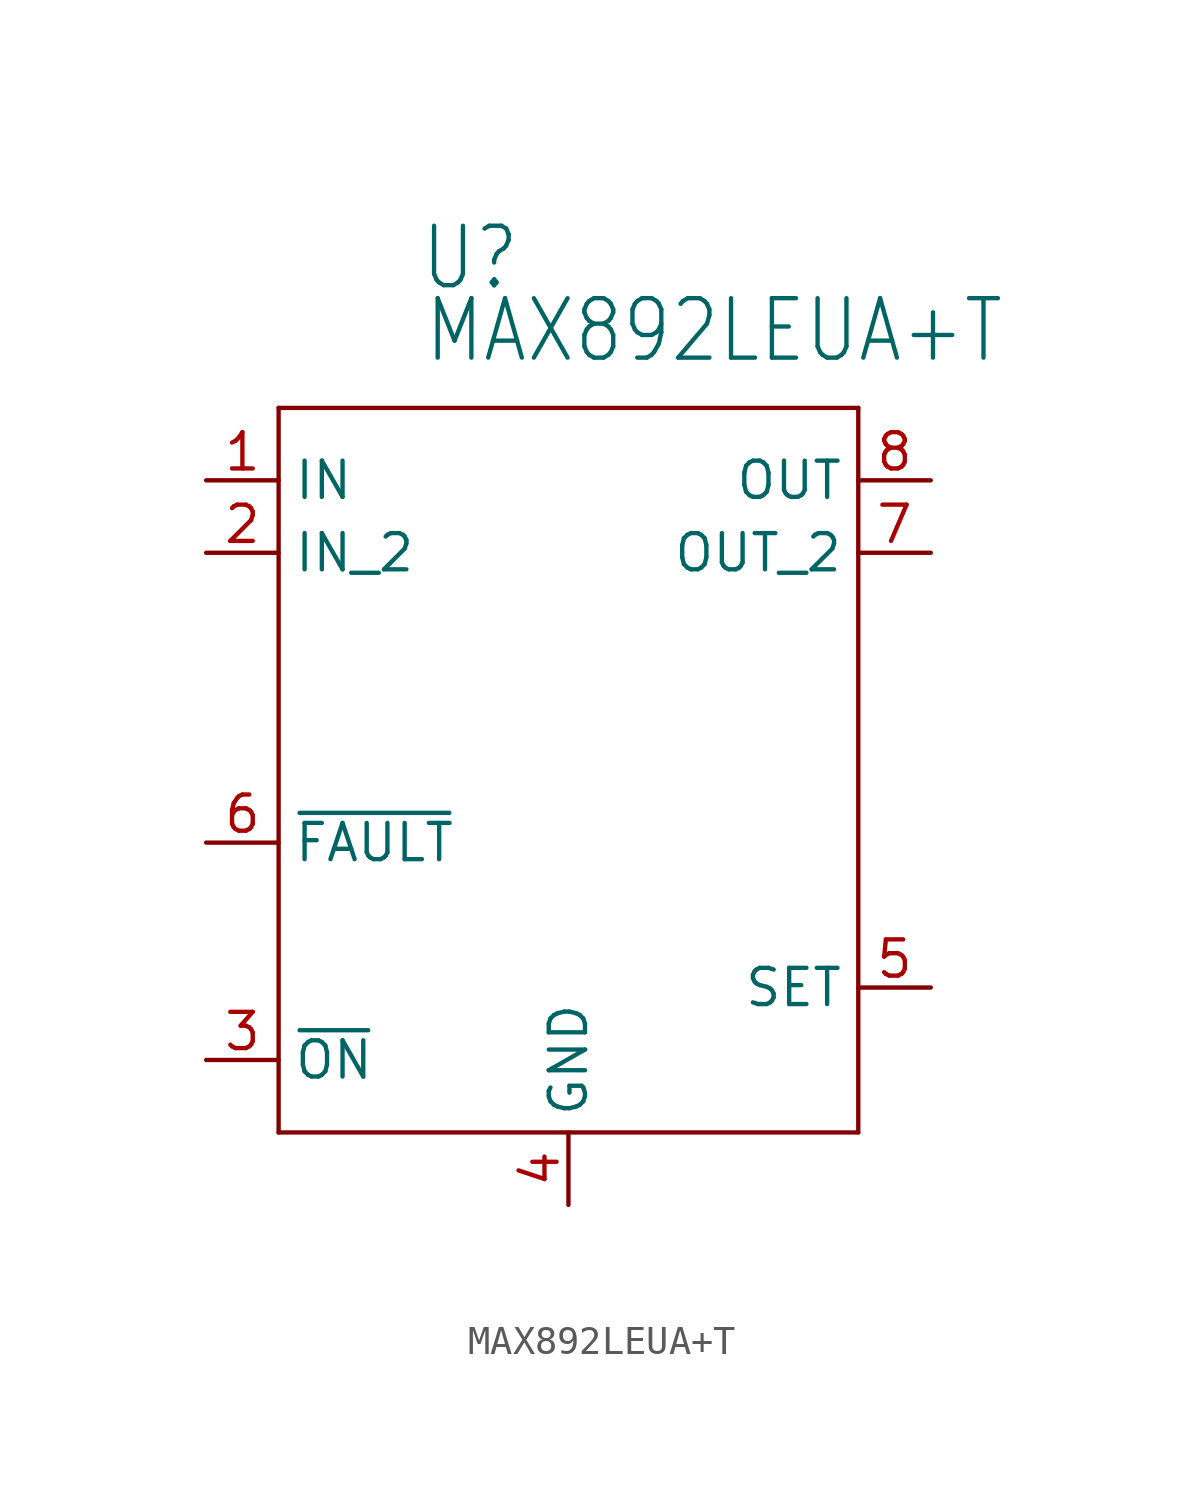
<source format=kicad_sym>
(kicad_symbol_lib
  (version 20211014)
  (generator kicad_symbol_editor)
  (symbol "MAX892LEUA+T"
    (property "Reference" "U"
      (at -5.232 14.199 0)
      (effects (font (size 2.083 1.77)) (justify left bottom)))
    (property "Value" "MAX892LEUA+T"
      (at -5.105 11.659 0)
      (effects (font (size 2.083 1.77)) (justify left bottom)))
    (property "ki_locked" ""
      (at 0 0 0)
      (effects (font (size 1.27 1.27))))
    (symbol "MAX892LEUA+T_1_0"
      (polyline (pts (xy -10.16 -15.24) (xy 10.16 -15.24)) (stroke (width 0.152) (type default) (color 0 0 0 0)) (fill (type none)))
      (polyline (pts (xy -10.16 10.16) (xy -10.16 -15.24)) (stroke (width 0.152) (type default) (color 0 0 0 0)) (fill (type none)))
      (polyline (pts (xy 10.16 -15.24) (xy 10.16 10.16)) (stroke (width 0.152) (type default) (color 0 0 0 0)) (fill (type none)))
      (polyline (pts (xy 10.16 10.16) (xy -10.16 10.16)) (stroke (width 0.152) (type default) (color 0 0 0 0)) (fill (type none)))
      (pin power_in line (at -12.7 7.62 0) (length 2.54) (name "IN" (effects (font (size 1.27 1.27)))) (number "1" (effects (font (size 1.27 1.27)))))
      (pin power_in line (at -12.7 5.08 0) (length 2.54) (name "IN_2" (effects (font (size 1.27 1.27)))) (number "2" (effects (font (size 1.27 1.27)))))
      (pin input line (at -12.7 -12.7 0) (length 2.54) (name "~{ON}" (effects (font (size 1.27 1.27)))) (number "3" (effects (font (size 1.27 1.27)))))
      (pin power_in line (at 0 -17.78 90) (length 2.54) (name "GND" (effects (font (size 1.27 1.27)))) (number "4" (effects (font (size 1.27 1.27)))))
      (pin input line (at 12.7 -10.16 180) (length 2.54) (name "SET" (effects (font (size 1.27 1.27)))) (number "5" (effects (font (size 1.27 1.27)))))
      (pin output line (at -12.7 -5.08 0) (length 2.54) (name "~{FAULT}" (effects (font (size 1.27 1.27)))) (number "6" (effects (font (size 1.27 1.27)))))
      (pin power_in line (at 12.7 5.08 180) (length 2.54) (name "OUT_2" (effects (font (size 1.27 1.27)))) (number "7" (effects (font (size 1.27 1.27)))))
      (pin power_in line (at 12.7 7.62 180) (length 2.54) (name "OUT" (effects (font (size 1.27 1.27)))) (number "8" (effects (font (size 1.27 1.27))))))))
</source>
